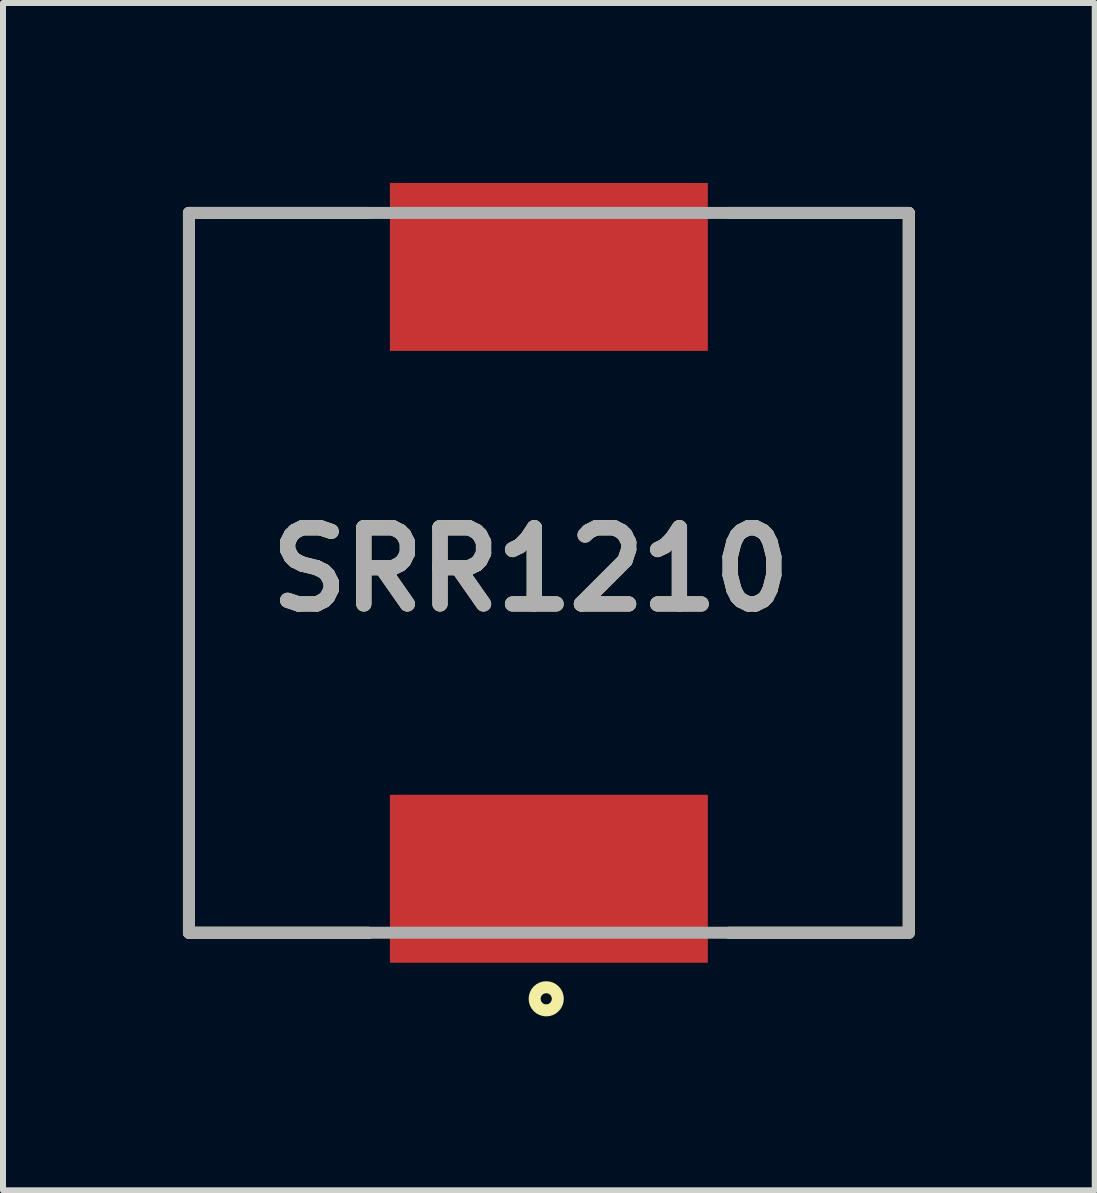
<source format=kicad_pcb>
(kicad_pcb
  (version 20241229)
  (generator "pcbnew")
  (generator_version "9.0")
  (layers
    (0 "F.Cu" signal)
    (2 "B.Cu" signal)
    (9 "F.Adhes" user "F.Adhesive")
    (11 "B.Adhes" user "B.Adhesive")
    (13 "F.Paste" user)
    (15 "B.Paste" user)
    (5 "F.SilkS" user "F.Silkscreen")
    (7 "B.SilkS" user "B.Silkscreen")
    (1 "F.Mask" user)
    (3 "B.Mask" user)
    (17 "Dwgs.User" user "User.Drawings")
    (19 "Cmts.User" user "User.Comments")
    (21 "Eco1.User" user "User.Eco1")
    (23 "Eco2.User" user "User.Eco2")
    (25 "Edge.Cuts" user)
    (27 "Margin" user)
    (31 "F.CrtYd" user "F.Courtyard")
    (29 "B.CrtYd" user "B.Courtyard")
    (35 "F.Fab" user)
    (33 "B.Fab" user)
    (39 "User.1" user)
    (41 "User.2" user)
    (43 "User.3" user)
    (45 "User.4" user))
  (footprint "SRR1210"
    (layer "F.Cu")
    (at 6.1 6.5)
    (property "Reference" "SRR1210" (at -0.303 -0.056 0) (layer "F.SilkS") (effects (font (size 1.27 1.27) (thickness 0.254))))
    (attr smd)
    (fp_line (start -6 -6) (end -3 -6) (stroke (width 0.2) (type solid)) (layer "F.SilkS"))
    (fp_line (start -6 6) (end -6 -6) (stroke (width 0.2) (type solid)) (layer "F.SilkS"))
    (fp_line (start -6 6) (end -3 6) (stroke (width 0.2) (type solid)) (layer "F.SilkS"))
    (fp_line (start 6 -6) (end 3 -6) (stroke (width 0.2) (type solid)) (layer "F.SilkS"))
    (fp_line (start 6 -6) (end 6 6) (stroke (width 0.2) (type solid)) (layer "F.SilkS"))
    (fp_line (start 6 6) (end 3 6) (stroke (width 0.2) (type solid)) (layer "F.SilkS"))
    (fp_circle (center -0.044 7.101) (end -0.044 7.194) (stroke (width 0.2) (type solid)) (fill no) (layer "F.SilkS"))
    (fp_line (start -6 -6) (end 6 -6) (stroke (width 0.2) (type solid)) (layer "F.Fab"))
    (fp_line (start -6 6) (end -6 -6) (stroke (width 0.2) (type solid)) (layer "F.Fab"))
    (fp_line (start 6 -6) (end 6 6) (stroke (width 0.2) (type solid)) (layer "F.Fab"))
    (fp_line (start 6 6) (end -6 6) (stroke (width 0.2) (type solid)) (layer "F.Fab"))
    (fp_text user "${REFERENCE}" (at -0.303 -0.056 0) (layer "F.Fab") (effects (font (size 1.27 1.27) (thickness 0.254))))
    (pad "1" smd rect (at 0 5.1 90) (size 2.8 5.3) (layers "F.Cu" "F.Mask" "F.Paste"))
    (pad "2" smd rect (at 0 -5.1 90) (size 2.8 5.3) (layers "F.Cu" "F.Mask" "F.Paste")))
  (gr_rect
    (start -3 -3)
    (end 15.2 16.794)
    (stroke (width 0.1) (type default))
    (fill no)
    (layer "Edge.Cuts")))
</source>
